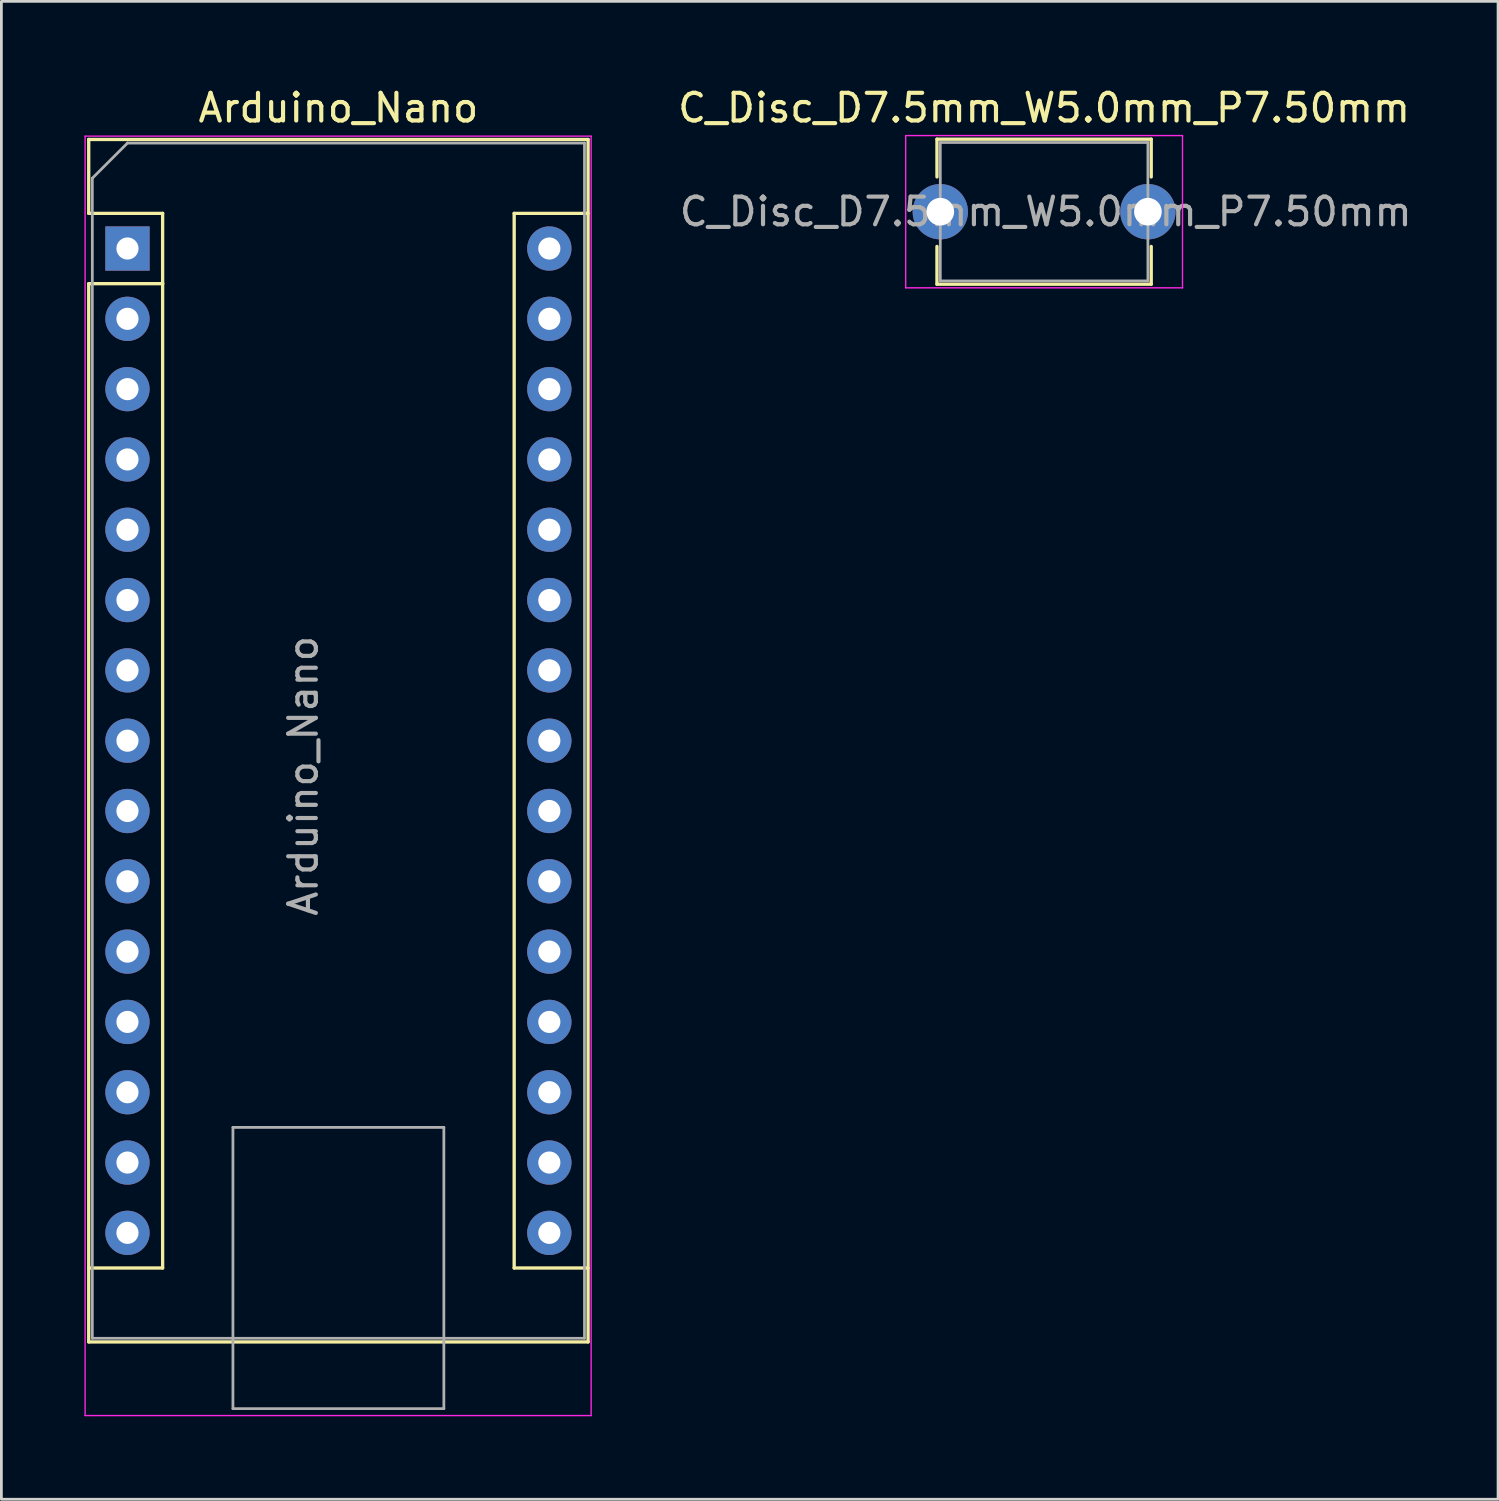
<source format=kicad_pcb>
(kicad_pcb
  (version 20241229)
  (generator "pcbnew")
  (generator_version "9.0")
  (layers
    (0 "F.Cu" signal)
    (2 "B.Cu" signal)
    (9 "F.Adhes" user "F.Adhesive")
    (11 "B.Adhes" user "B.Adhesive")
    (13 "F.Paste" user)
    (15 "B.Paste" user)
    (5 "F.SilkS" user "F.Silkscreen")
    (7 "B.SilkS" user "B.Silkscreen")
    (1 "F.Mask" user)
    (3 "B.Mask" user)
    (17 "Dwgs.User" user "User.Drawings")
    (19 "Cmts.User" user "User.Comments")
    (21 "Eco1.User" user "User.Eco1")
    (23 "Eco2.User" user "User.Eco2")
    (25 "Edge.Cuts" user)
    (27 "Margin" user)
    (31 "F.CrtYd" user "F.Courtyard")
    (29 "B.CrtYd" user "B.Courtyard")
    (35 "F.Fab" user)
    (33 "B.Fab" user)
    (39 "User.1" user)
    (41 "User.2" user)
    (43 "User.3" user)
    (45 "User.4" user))
  (footprint "C_Disc_D7.5mm_W5.0mm_P7.50mm"
    (layer "F.Cu")
    (at 30.919 4.598)
    (property "Reference" "C_Disc_D7.5mm_W5.0mm_P7.50mm" (at 3.75 -3.75 0) (layer "F.SilkS") (effects (font (size 1 1) (thickness 0.15))))
    (attr through_hole)
    (fp_line (start -0.12 -2.62) (end -0.12 -1.256) (stroke (width 0.12) (type solid)) (layer "F.SilkS"))
    (fp_line (start -0.12 -2.62) (end 7.62 -2.62) (stroke (width 0.12) (type solid)) (layer "F.SilkS"))
    (fp_line (start -0.12 1.256) (end -0.12 2.62) (stroke (width 0.12) (type solid)) (layer "F.SilkS"))
    (fp_line (start -0.12 2.62) (end 7.62 2.62) (stroke (width 0.12) (type solid)) (layer "F.SilkS"))
    (fp_line (start 7.62 -2.62) (end 7.62 -1.256) (stroke (width 0.12) (type solid)) (layer "F.SilkS"))
    (fp_line (start 7.62 1.256) (end 7.62 2.62) (stroke (width 0.12) (type solid)) (layer "F.SilkS"))
    (fp_line (start -1.25 -2.75) (end -1.25 2.75) (stroke (width 0.05) (type solid)) (layer "F.CrtYd"))
    (fp_line (start -1.25 2.75) (end 8.75 2.75) (stroke (width 0.05) (type solid)) (layer "F.CrtYd"))
    (fp_line (start 8.75 -2.75) (end -1.25 -2.75) (stroke (width 0.05) (type solid)) (layer "F.CrtYd"))
    (fp_line (start 8.75 2.75) (end 8.75 -2.75) (stroke (width 0.05) (type solid)) (layer "F.CrtYd"))
    (fp_line (start 0 -2.5) (end 0 2.5) (stroke (width 0.1) (type solid)) (layer "F.Fab"))
    (fp_line (start 0 2.5) (end 7.5 2.5) (stroke (width 0.1) (type solid)) (layer "F.Fab"))
    (fp_line (start 7.5 -2.5) (end 0 -2.5) (stroke (width 0.1) (type solid)) (layer "F.Fab"))
    (fp_line (start 7.5 2.5) (end 7.5 -2.5) (stroke (width 0.1) (type solid)) (layer "F.Fab"))
    (fp_text user "${REFERENCE}" (at 3.81 0 0) (layer "F.Fab") (effects (font (size 1 1) (thickness 0.15))))
    (pad "1" thru_hole circle (at 0 0) (size 2 2) (drill 1) (layers "*.Cu" "*.Mask"))
    (pad "2" thru_hole circle (at 7.5 0) (size 2 2) (drill 1) (layers "*.Cu" "*.Mask")))
  (footprint "Arduino_Nano"
    (layer "F.Cu")
    (at 1.555 5.928)
    (property "Reference" "Arduino_Nano" (at 7.62 -5.08 0) (layer "F.SilkS") (effects (font (size 1 1) (thickness 0.15))))
    (attr through_hole)
    (fp_line (start -1.4 -3.94) (end -1.4 -1.27) (stroke (width 0.12) (type solid)) (layer "F.SilkS"))
    (fp_line (start -1.4 1.27) (end -1.4 39.5) (stroke (width 0.12) (type solid)) (layer "F.SilkS"))
    (fp_line (start -1.4 39.5) (end 16.64 39.5) (stroke (width 0.12) (type solid)) (layer "F.SilkS"))
    (fp_line (start 1.27 -1.27) (end -1.4 -1.27) (stroke (width 0.12) (type solid)) (layer "F.SilkS"))
    (fp_line (start 1.27 1.27) (end -1.4 1.27) (stroke (width 0.12) (type solid)) (layer "F.SilkS"))
    (fp_line (start 1.27 1.27) (end 1.27 -1.27) (stroke (width 0.12) (type solid)) (layer "F.SilkS"))
    (fp_line (start 1.27 1.27) (end 1.27 36.83) (stroke (width 0.12) (type solid)) (layer "F.SilkS"))
    (fp_line (start 1.27 36.83) (end -1.4 36.83) (stroke (width 0.12) (type solid)) (layer "F.SilkS"))
    (fp_line (start 13.97 -1.27) (end 13.97 36.83) (stroke (width 0.12) (type solid)) (layer "F.SilkS"))
    (fp_line (start 13.97 -1.27) (end 16.64 -1.27) (stroke (width 0.12) (type solid)) (layer "F.SilkS"))
    (fp_line (start 13.97 36.83) (end 16.64 36.83) (stroke (width 0.12) (type solid)) (layer "F.SilkS"))
    (fp_line (start 16.64 -3.94) (end -1.4 -3.94) (stroke (width 0.12) (type solid)) (layer "F.SilkS"))
    (fp_line (start 16.64 39.5) (end 16.64 -3.94) (stroke (width 0.12) (type solid)) (layer "F.SilkS"))
    (fp_line (start -1.53 -4.06) (end -1.53 42.16) (stroke (width 0.05) (type solid)) (layer "F.CrtYd"))
    (fp_line (start -1.53 -4.06) (end 16.75 -4.06) (stroke (width 0.05) (type solid)) (layer "F.CrtYd"))
    (fp_line (start 16.75 42.16) (end -1.53 42.16) (stroke (width 0.05) (type solid)) (layer "F.CrtYd"))
    (fp_line (start 16.75 42.16) (end 16.75 -4.06) (stroke (width 0.05) (type solid)) (layer "F.CrtYd"))
    (fp_line (start -1.27 -2.54) (end 0 -3.81) (stroke (width 0.1) (type solid)) (layer "F.Fab"))
    (fp_line (start -1.27 39.37) (end -1.27 -2.54) (stroke (width 0.1) (type solid)) (layer "F.Fab"))
    (fp_line (start 0 -3.81) (end 16.51 -3.81) (stroke (width 0.1) (type solid)) (layer "F.Fab"))
    (fp_line (start 3.81 31.75) (end 11.43 31.75) (stroke (width 0.1) (type solid)) (layer "F.Fab"))
    (fp_line (start 3.81 41.91) (end 3.81 31.75) (stroke (width 0.1) (type solid)) (layer "F.Fab"))
    (fp_line (start 11.43 31.75) (end 11.43 41.91) (stroke (width 0.1) (type solid)) (layer "F.Fab"))
    (fp_line (start 11.43 41.91) (end 3.81 41.91) (stroke (width 0.1) (type solid)) (layer "F.Fab"))
    (fp_line (start 16.51 -3.81) (end 16.51 39.37) (stroke (width 0.1) (type solid)) (layer "F.Fab"))
    (fp_line (start 16.51 39.37) (end -1.27 39.37) (stroke (width 0.1) (type solid)) (layer "F.Fab"))
    (fp_text user "${REFERENCE}" (at 6.35 19.05 90) (layer "F.Fab") (effects (font (size 1 1) (thickness 0.15))))
    (pad "1" thru_hole rect (at 0 0) (size 1.6 1.6) (drill 0.8) (layers "*.Cu" "*.Mask"))
    (pad "2" thru_hole oval (at 0 2.54) (size 1.6 1.6) (drill 0.8) (layers "*.Cu" "*.Mask"))
    (pad "3" thru_hole oval (at 0 5.08) (size 1.6 1.6) (drill 0.8) (layers "*.Cu" "*.Mask"))
    (pad "4" thru_hole oval (at 0 7.62) (size 1.6 1.6) (drill 0.8) (layers "*.Cu" "*.Mask"))
    (pad "5" thru_hole oval (at 0 10.16) (size 1.6 1.6) (drill 0.8) (layers "*.Cu" "*.Mask"))
    (pad "6" thru_hole oval (at 0 12.7) (size 1.6 1.6) (drill 0.8) (layers "*.Cu" "*.Mask"))
    (pad "7" thru_hole oval (at 0 15.24) (size 1.6 1.6) (drill 0.8) (layers "*.Cu" "*.Mask"))
    (pad "8" thru_hole oval (at 0 17.78) (size 1.6 1.6) (drill 0.8) (layers "*.Cu" "*.Mask"))
    (pad "9" thru_hole oval (at 0 20.32) (size 1.6 1.6) (drill 0.8) (layers "*.Cu" "*.Mask"))
    (pad "10" thru_hole oval (at 0 22.86) (size 1.6 1.6) (drill 0.8) (layers "*.Cu" "*.Mask"))
    (pad "11" thru_hole oval (at 0 25.4) (size 1.6 1.6) (drill 0.8) (layers "*.Cu" "*.Mask"))
    (pad "12" thru_hole oval (at 0 27.94) (size 1.6 1.6) (drill 0.8) (layers "*.Cu" "*.Mask"))
    (pad "13" thru_hole oval (at 0 30.48) (size 1.6 1.6) (drill 0.8) (layers "*.Cu" "*.Mask"))
    (pad "14" thru_hole oval (at 0 33.02) (size 1.6 1.6) (drill 0.8) (layers "*.Cu" "*.Mask"))
    (pad "15" thru_hole oval (at 0 35.56) (size 1.6 1.6) (drill 0.8) (layers "*.Cu" "*.Mask"))
    (pad "16" thru_hole oval (at 15.24 35.56) (size 1.6 1.6) (drill 0.8) (layers "*.Cu" "*.Mask"))
    (pad "17" thru_hole oval (at 15.24 33.02) (size 1.6 1.6) (drill 0.8) (layers "*.Cu" "*.Mask"))
    (pad "18" thru_hole oval (at 15.24 30.48) (size 1.6 1.6) (drill 0.8) (layers "*.Cu" "*.Mask"))
    (pad "19" thru_hole oval (at 15.24 27.94) (size 1.6 1.6) (drill 0.8) (layers "*.Cu" "*.Mask"))
    (pad "20" thru_hole oval (at 15.24 25.4) (size 1.6 1.6) (drill 0.8) (layers "*.Cu" "*.Mask"))
    (pad "21" thru_hole oval (at 15.24 22.86) (size 1.6 1.6) (drill 0.8) (layers "*.Cu" "*.Mask"))
    (pad "22" thru_hole oval (at 15.24 20.32) (size 1.6 1.6) (drill 0.8) (layers "*.Cu" "*.Mask"))
    (pad "23" thru_hole oval (at 15.24 17.78) (size 1.6 1.6) (drill 0.8) (layers "*.Cu" "*.Mask"))
    (pad "24" thru_hole oval (at 15.24 15.24) (size 1.6 1.6) (drill 0.8) (layers "*.Cu" "*.Mask"))
    (pad "25" thru_hole oval (at 15.24 12.7) (size 1.6 1.6) (drill 0.8) (layers "*.Cu" "*.Mask"))
    (pad "26" thru_hole oval (at 15.24 10.16) (size 1.6 1.6) (drill 0.8) (layers "*.Cu" "*.Mask"))
    (pad "27" thru_hole oval (at 15.24 7.62) (size 1.6 1.6) (drill 0.8) (layers "*.Cu" "*.Mask"))
    (pad "28" thru_hole oval (at 15.24 5.08) (size 1.6 1.6) (drill 0.8) (layers "*.Cu" "*.Mask"))
    (pad "29" thru_hole oval (at 15.24 2.54) (size 1.6 1.6) (drill 0.8) (layers "*.Cu" "*.Mask"))
    (pad "30" thru_hole oval (at 15.24 0) (size 1.6 1.6) (drill 0.8) (layers "*.Cu" "*.Mask")))
  (gr_rect
    (start -3 -3)
    (end 51.069 51.113)
    (stroke (width 0.1) (type default))
    (fill no)
    (layer "Edge.Cuts")))
</source>
